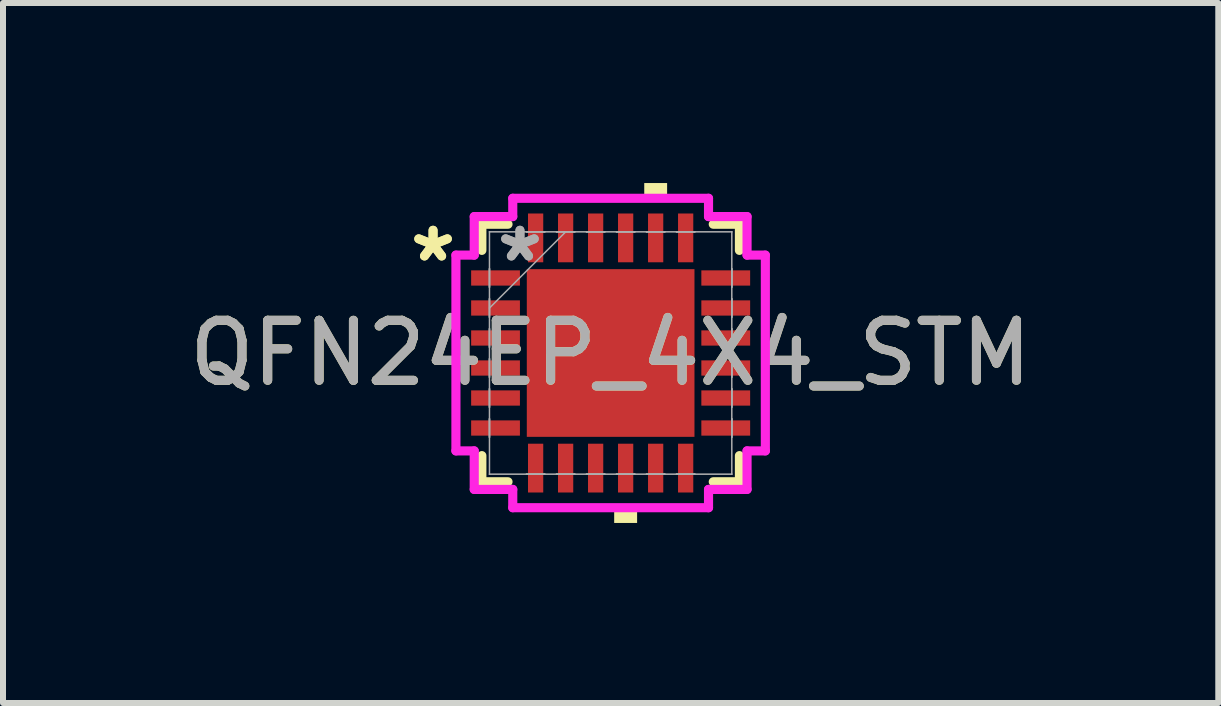
<source format=kicad_pcb>
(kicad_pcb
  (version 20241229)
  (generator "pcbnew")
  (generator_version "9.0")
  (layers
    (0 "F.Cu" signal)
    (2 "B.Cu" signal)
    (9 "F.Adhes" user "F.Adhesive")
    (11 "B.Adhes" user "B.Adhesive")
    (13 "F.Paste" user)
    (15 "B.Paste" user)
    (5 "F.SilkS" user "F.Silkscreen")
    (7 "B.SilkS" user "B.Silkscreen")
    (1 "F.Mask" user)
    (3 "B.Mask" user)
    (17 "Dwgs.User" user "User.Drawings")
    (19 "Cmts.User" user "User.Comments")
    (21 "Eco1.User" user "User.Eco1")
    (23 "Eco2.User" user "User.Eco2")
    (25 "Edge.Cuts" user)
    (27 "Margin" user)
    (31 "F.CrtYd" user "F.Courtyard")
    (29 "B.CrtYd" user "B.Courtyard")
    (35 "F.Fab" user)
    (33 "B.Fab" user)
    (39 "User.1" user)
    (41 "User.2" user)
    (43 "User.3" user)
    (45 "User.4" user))
  (footprint "QFN24EP_4X4_STM"
    (layer "F.Cu")
    (at 7.125 2.832)
    (property "Reference" "QFN24EP_4X4_STM" (at 0 0 0) (unlocked yes) (layer "F.SilkS") (effects (font (size 1 1) (thickness 0.15))))
    (attr smd)
    (fp_line (start -2.146 -2.146) (end -2.146 -1.71) (stroke (width 0.152) (type solid)) (layer "F.SilkS"))
    (fp_line (start -2.146 1.71) (end -2.146 2.146) (stroke (width 0.152) (type solid)) (layer "F.SilkS"))
    (fp_line (start -2.146 2.146) (end -1.71 2.146) (stroke (width 0.152) (type solid)) (layer "F.SilkS"))
    (fp_line (start -1.71 -2.146) (end -2.146 -2.146) (stroke (width 0.152) (type solid)) (layer "F.SilkS"))
    (fp_line (start 1.71 2.146) (end 2.146 2.146) (stroke (width 0.152) (type solid)) (layer "F.SilkS"))
    (fp_line (start 2.146 -2.146) (end 1.71 -2.146) (stroke (width 0.152) (type solid)) (layer "F.SilkS"))
    (fp_line (start 2.146 -1.71) (end 2.146 -2.146) (stroke (width 0.152) (type solid)) (layer "F.SilkS"))
    (fp_line (start 2.146 2.146) (end 2.146 1.71) (stroke (width 0.152) (type solid)) (layer "F.SilkS"))
    (fp_poly (pts (xy 0.059 2.578) (xy 0.059 2.832) (xy 0.441 2.832) (xy 0.441 2.578)) (stroke (width 0) (type solid)) (fill yes) (layer "F.SilkS"))
    (fp_poly (pts (xy 0.56 -2.578) (xy 0.56 -2.832) (xy 0.941 -2.832) (xy 0.941 -2.578)) (stroke (width 0) (type solid)) (fill yes) (layer "F.SilkS"))
    (fp_poly (pts (xy -1.297 -1.297) (xy -1.297 -0.1) (xy -0.1 -0.1) (xy -0.1 -1.297)) (stroke (width 0) (type solid)) (fill yes) (layer "F.Paste"))
    (fp_poly (pts (xy -1.297 0.1) (xy -1.297 1.297) (xy -0.1 1.297) (xy -0.1 0.1)) (stroke (width 0) (type solid)) (fill yes) (layer "F.Paste"))
    (fp_poly (pts (xy 0.1 -1.297) (xy 0.1 -0.1) (xy 1.297 -0.1) (xy 1.297 -1.297)) (stroke (width 0) (type solid)) (fill yes) (layer "F.Paste"))
    (fp_poly (pts (xy 0.1 0.1) (xy 0.1 1.297) (xy 1.297 1.297) (xy 1.297 0.1)) (stroke (width 0) (type solid)) (fill yes) (layer "F.Paste"))
    (fp_line (start -2.578 -1.631) (end -2.273 -1.631) (stroke (width 0.152) (type solid)) (layer "F.CrtYd"))
    (fp_line (start -2.578 1.631) (end -2.578 -1.631) (stroke (width 0.152) (type solid)) (layer "F.CrtYd"))
    (fp_line (start -2.273 -2.273) (end -1.631 -2.273) (stroke (width 0.152) (type solid)) (layer "F.CrtYd"))
    (fp_line (start -2.273 -1.631) (end -2.273 -2.273) (stroke (width 0.152) (type solid)) (layer "F.CrtYd"))
    (fp_line (start -2.273 1.631) (end -2.578 1.631) (stroke (width 0.152) (type solid)) (layer "F.CrtYd"))
    (fp_line (start -2.273 2.273) (end -2.273 1.631) (stroke (width 0.152) (type solid)) (layer "F.CrtYd"))
    (fp_line (start -1.631 -2.578) (end 1.631 -2.578) (stroke (width 0.152) (type solid)) (layer "F.CrtYd"))
    (fp_line (start -1.631 -2.273) (end -1.631 -2.578) (stroke (width 0.152) (type solid)) (layer "F.CrtYd"))
    (fp_line (start -1.631 2.273) (end -2.273 2.273) (stroke (width 0.152) (type solid)) (layer "F.CrtYd"))
    (fp_line (start -1.631 2.578) (end -1.631 2.273) (stroke (width 0.152) (type solid)) (layer "F.CrtYd"))
    (fp_line (start 1.631 -2.578) (end 1.631 -2.273) (stroke (width 0.152) (type solid)) (layer "F.CrtYd"))
    (fp_line (start 1.631 -2.273) (end 2.273 -2.273) (stroke (width 0.152) (type solid)) (layer "F.CrtYd"))
    (fp_line (start 1.631 2.273) (end 1.631 2.578) (stroke (width 0.152) (type solid)) (layer "F.CrtYd"))
    (fp_line (start 1.631 2.578) (end -1.631 2.578) (stroke (width 0.152) (type solid)) (layer "F.CrtYd"))
    (fp_line (start 2.273 -2.273) (end 2.273 -1.631) (stroke (width 0.152) (type solid)) (layer "F.CrtYd"))
    (fp_line (start 2.273 -1.631) (end 2.578 -1.631) (stroke (width 0.152) (type solid)) (layer "F.CrtYd"))
    (fp_line (start 2.273 1.631) (end 2.273 2.273) (stroke (width 0.152) (type solid)) (layer "F.CrtYd"))
    (fp_line (start 2.273 2.273) (end 1.631 2.273) (stroke (width 0.152) (type solid)) (layer "F.CrtYd"))
    (fp_line (start 2.578 -1.631) (end 2.578 1.631) (stroke (width 0.152) (type solid)) (layer "F.CrtYd"))
    (fp_line (start 2.578 1.631) (end 2.273 1.631) (stroke (width 0.152) (type solid)) (layer "F.CrtYd"))
    (fp_line (start -2.019 -2.019) (end -2.019 -2.019) (stroke (width 0.025) (type solid)) (layer "F.Fab"))
    (fp_line (start -2.019 -2.019) (end -2.019 2.019) (stroke (width 0.025) (type solid)) (layer "F.Fab"))
    (fp_line (start -2.019 -1.402) (end -2.019 -1.402) (stroke (width 0.025) (type solid)) (layer "F.Fab"))
    (fp_line (start -2.019 -1.402) (end -2.019 -1.098) (stroke (width 0.025) (type solid)) (layer "F.Fab"))
    (fp_line (start -2.019 -1.098) (end -2.019 -1.402) (stroke (width 0.025) (type solid)) (layer "F.Fab"))
    (fp_line (start -2.019 -1.098) (end -2.019 -1.098) (stroke (width 0.025) (type solid)) (layer "F.Fab"))
    (fp_line (start -2.019 -0.902) (end -2.019 -0.902) (stroke (width 0.025) (type solid)) (layer "F.Fab"))
    (fp_line (start -2.019 -0.902) (end -2.019 -0.598) (stroke (width 0.025) (type solid)) (layer "F.Fab"))
    (fp_line (start -2.019 -0.749) (end -0.749 -2.019) (stroke (width 0.025) (type solid)) (layer "F.Fab"))
    (fp_line (start -2.019 -0.598) (end -2.019 -0.902) (stroke (width 0.025) (type solid)) (layer "F.Fab"))
    (fp_line (start -2.019 -0.598) (end -2.019 -0.598) (stroke (width 0.025) (type solid)) (layer "F.Fab"))
    (fp_line (start -2.019 -0.402) (end -2.019 -0.402) (stroke (width 0.025) (type solid)) (layer "F.Fab"))
    (fp_line (start -2.019 -0.402) (end -2.019 -0.098) (stroke (width 0.025) (type solid)) (layer "F.Fab"))
    (fp_line (start -2.019 -0.098) (end -2.019 -0.402) (stroke (width 0.025) (type solid)) (layer "F.Fab"))
    (fp_line (start -2.019 -0.098) (end -2.019 -0.098) (stroke (width 0.025) (type solid)) (layer "F.Fab"))
    (fp_line (start -2.019 0.098) (end -2.019 0.098) (stroke (width 0.025) (type solid)) (layer "F.Fab"))
    (fp_line (start -2.019 0.098) (end -2.019 0.402) (stroke (width 0.025) (type solid)) (layer "F.Fab"))
    (fp_line (start -2.019 0.402) (end -2.019 0.098) (stroke (width 0.025) (type solid)) (layer "F.Fab"))
    (fp_line (start -2.019 0.402) (end -2.019 0.402) (stroke (width 0.025) (type solid)) (layer "F.Fab"))
    (fp_line (start -2.019 0.598) (end -2.019 0.598) (stroke (width 0.025) (type solid)) (layer "F.Fab"))
    (fp_line (start -2.019 0.598) (end -2.019 0.902) (stroke (width 0.025) (type solid)) (layer "F.Fab"))
    (fp_line (start -2.019 0.902) (end -2.019 0.598) (stroke (width 0.025) (type solid)) (layer "F.Fab"))
    (fp_line (start -2.019 0.902) (end -2.019 0.902) (stroke (width 0.025) (type solid)) (layer "F.Fab"))
    (fp_line (start -2.019 1.098) (end -2.019 1.098) (stroke (width 0.025) (type solid)) (layer "F.Fab"))
    (fp_line (start -2.019 1.098) (end -2.019 1.402) (stroke (width 0.025) (type solid)) (layer "F.Fab"))
    (fp_line (start -2.019 1.402) (end -2.019 1.098) (stroke (width 0.025) (type solid)) (layer "F.Fab"))
    (fp_line (start -2.019 1.402) (end -2.019 1.402) (stroke (width 0.025) (type solid)) (layer "F.Fab"))
    (fp_line (start -2.019 2.019) (end -2.019 2.019) (stroke (width 0.025) (type solid)) (layer "F.Fab"))
    (fp_line (start -2.019 2.019) (end 2.019 2.019) (stroke (width 0.025) (type solid)) (layer "F.Fab"))
    (fp_line (start -1.402 -2.019) (end -1.402 -2.019) (stroke (width 0.025) (type solid)) (layer "F.Fab"))
    (fp_line (start -1.402 -2.019) (end -1.098 -2.019) (stroke (width 0.025) (type solid)) (layer "F.Fab"))
    (fp_line (start -1.402 2.019) (end -1.402 2.019) (stroke (width 0.025) (type solid)) (layer "F.Fab"))
    (fp_line (start -1.402 2.019) (end -1.098 2.019) (stroke (width 0.025) (type solid)) (layer "F.Fab"))
    (fp_line (start -1.098 -2.019) (end -1.402 -2.019) (stroke (width 0.025) (type solid)) (layer "F.Fab"))
    (fp_line (start -1.098 -2.019) (end -1.098 -2.019) (stroke (width 0.025) (type solid)) (layer "F.Fab"))
    (fp_line (start -1.098 2.019) (end -1.402 2.019) (stroke (width 0.025) (type solid)) (layer "F.Fab"))
    (fp_line (start -1.098 2.019) (end -1.098 2.019) (stroke (width 0.025) (type solid)) (layer "F.Fab"))
    (fp_line (start -0.902 -2.019) (end -0.902 -2.019) (stroke (width 0.025) (type solid)) (layer "F.Fab"))
    (fp_line (start -0.902 -2.019) (end -0.598 -2.019) (stroke (width 0.025) (type solid)) (layer "F.Fab"))
    (fp_line (start -0.902 2.019) (end -0.902 2.019) (stroke (width 0.025) (type solid)) (layer "F.Fab"))
    (fp_line (start -0.902 2.019) (end -0.598 2.019) (stroke (width 0.025) (type solid)) (layer "F.Fab"))
    (fp_line (start -0.598 -2.019) (end -0.902 -2.019) (stroke (width 0.025) (type solid)) (layer "F.Fab"))
    (fp_line (start -0.598 -2.019) (end -0.598 -2.019) (stroke (width 0.025) (type solid)) (layer "F.Fab"))
    (fp_line (start -0.598 2.019) (end -0.902 2.019) (stroke (width 0.025) (type solid)) (layer "F.Fab"))
    (fp_line (start -0.598 2.019) (end -0.598 2.019) (stroke (width 0.025) (type solid)) (layer "F.Fab"))
    (fp_line (start -0.402 -2.019) (end -0.402 -2.019) (stroke (width 0.025) (type solid)) (layer "F.Fab"))
    (fp_line (start -0.402 -2.019) (end -0.098 -2.019) (stroke (width 0.025) (type solid)) (layer "F.Fab"))
    (fp_line (start -0.402 2.019) (end -0.402 2.019) (stroke (width 0.025) (type solid)) (layer "F.Fab"))
    (fp_line (start -0.402 2.019) (end -0.098 2.019) (stroke (width 0.025) (type solid)) (layer "F.Fab"))
    (fp_line (start -0.098 -2.019) (end -0.402 -2.019) (stroke (width 0.025) (type solid)) (layer "F.Fab"))
    (fp_line (start -0.098 -2.019) (end -0.098 -2.019) (stroke (width 0.025) (type solid)) (layer "F.Fab"))
    (fp_line (start -0.098 2.019) (end -0.402 2.019) (stroke (width 0.025) (type solid)) (layer "F.Fab"))
    (fp_line (start -0.098 2.019) (end -0.098 2.019) (stroke (width 0.025) (type solid)) (layer "F.Fab"))
    (fp_line (start 0.098 -2.019) (end 0.098 -2.019) (stroke (width 0.025) (type solid)) (layer "F.Fab"))
    (fp_line (start 0.098 -2.019) (end 0.402 -2.019) (stroke (width 0.025) (type solid)) (layer "F.Fab"))
    (fp_line (start 0.098 2.019) (end 0.098 2.019) (stroke (width 0.025) (type solid)) (layer "F.Fab"))
    (fp_line (start 0.098 2.019) (end 0.402 2.019) (stroke (width 0.025) (type solid)) (layer "F.Fab"))
    (fp_line (start 0.402 -2.019) (end 0.098 -2.019) (stroke (width 0.025) (type solid)) (layer "F.Fab"))
    (fp_line (start 0.402 -2.019) (end 0.402 -2.019) (stroke (width 0.025) (type solid)) (layer "F.Fab"))
    (fp_line (start 0.402 2.019) (end 0.098 2.019) (stroke (width 0.025) (type solid)) (layer "F.Fab"))
    (fp_line (start 0.402 2.019) (end 0.402 2.019) (stroke (width 0.025) (type solid)) (layer "F.Fab"))
    (fp_line (start 0.598 -2.019) (end 0.598 -2.019) (stroke (width 0.025) (type solid)) (layer "F.Fab"))
    (fp_line (start 0.598 -2.019) (end 0.902 -2.019) (stroke (width 0.025) (type solid)) (layer "F.Fab"))
    (fp_line (start 0.598 2.019) (end 0.598 2.019) (stroke (width 0.025) (type solid)) (layer "F.Fab"))
    (fp_line (start 0.598 2.019) (end 0.902 2.019) (stroke (width 0.025) (type solid)) (layer "F.Fab"))
    (fp_line (start 0.902 -2.019) (end 0.598 -2.019) (stroke (width 0.025) (type solid)) (layer "F.Fab"))
    (fp_line (start 0.902 -2.019) (end 0.902 -2.019) (stroke (width 0.025) (type solid)) (layer "F.Fab"))
    (fp_line (start 0.902 2.019) (end 0.598 2.019) (stroke (width 0.025) (type solid)) (layer "F.Fab"))
    (fp_line (start 0.902 2.019) (end 0.902 2.019) (stroke (width 0.025) (type solid)) (layer "F.Fab"))
    (fp_line (start 1.098 -2.019) (end 1.098 -2.019) (stroke (width 0.025) (type solid)) (layer "F.Fab"))
    (fp_line (start 1.098 -2.019) (end 1.402 -2.019) (stroke (width 0.025) (type solid)) (layer "F.Fab"))
    (fp_line (start 1.098 2.019) (end 1.098 2.019) (stroke (width 0.025) (type solid)) (layer "F.Fab"))
    (fp_line (start 1.098 2.019) (end 1.402 2.019) (stroke (width 0.025) (type solid)) (layer "F.Fab"))
    (fp_line (start 1.402 -2.019) (end 1.098 -2.019) (stroke (width 0.025) (type solid)) (layer "F.Fab"))
    (fp_line (start 1.402 -2.019) (end 1.402 -2.019) (stroke (width 0.025) (type solid)) (layer "F.Fab"))
    (fp_line (start 1.402 2.019) (end 1.098 2.019) (stroke (width 0.025) (type solid)) (layer "F.Fab"))
    (fp_line (start 1.402 2.019) (end 1.402 2.019) (stroke (width 0.025) (type solid)) (layer "F.Fab"))
    (fp_line (start 2.019 -2.019) (end -2.019 -2.019) (stroke (width 0.025) (type solid)) (layer "F.Fab"))
    (fp_line (start 2.019 -2.019) (end 2.019 -2.019) (stroke (width 0.025) (type solid)) (layer "F.Fab"))
    (fp_line (start 2.019 -1.402) (end 2.019 -1.402) (stroke (width 0.025) (type solid)) (layer "F.Fab"))
    (fp_line (start 2.019 -1.402) (end 2.019 -1.098) (stroke (width 0.025) (type solid)) (layer "F.Fab"))
    (fp_line (start 2.019 -1.098) (end 2.019 -1.402) (stroke (width 0.025) (type solid)) (layer "F.Fab"))
    (fp_line (start 2.019 -1.098) (end 2.019 -1.098) (stroke (width 0.025) (type solid)) (layer "F.Fab"))
    (fp_line (start 2.019 -0.902) (end 2.019 -0.902) (stroke (width 0.025) (type solid)) (layer "F.Fab"))
    (fp_line (start 2.019 -0.902) (end 2.019 -0.598) (stroke (width 0.025) (type solid)) (layer "F.Fab"))
    (fp_line (start 2.019 -0.598) (end 2.019 -0.902) (stroke (width 0.025) (type solid)) (layer "F.Fab"))
    (fp_line (start 2.019 -0.598) (end 2.019 -0.598) (stroke (width 0.025) (type solid)) (layer "F.Fab"))
    (fp_line (start 2.019 -0.402) (end 2.019 -0.402) (stroke (width 0.025) (type solid)) (layer "F.Fab"))
    (fp_line (start 2.019 -0.402) (end 2.019 -0.098) (stroke (width 0.025) (type solid)) (layer "F.Fab"))
    (fp_line (start 2.019 -0.098) (end 2.019 -0.402) (stroke (width 0.025) (type solid)) (layer "F.Fab"))
    (fp_line (start 2.019 -0.098) (end 2.019 -0.098) (stroke (width 0.025) (type solid)) (layer "F.Fab"))
    (fp_line (start 2.019 0.098) (end 2.019 0.098) (stroke (width 0.025) (type solid)) (layer "F.Fab"))
    (fp_line (start 2.019 0.098) (end 2.019 0.402) (stroke (width 0.025) (type solid)) (layer "F.Fab"))
    (fp_line (start 2.019 0.402) (end 2.019 0.098) (stroke (width 0.025) (type solid)) (layer "F.Fab"))
    (fp_line (start 2.019 0.402) (end 2.019 0.402) (stroke (width 0.025) (type solid)) (layer "F.Fab"))
    (fp_line (start 2.019 0.598) (end 2.019 0.598) (stroke (width 0.025) (type solid)) (layer "F.Fab"))
    (fp_line (start 2.019 0.598) (end 2.019 0.902) (stroke (width 0.025) (type solid)) (layer "F.Fab"))
    (fp_line (start 2.019 0.902) (end 2.019 0.598) (stroke (width 0.025) (type solid)) (layer "F.Fab"))
    (fp_line (start 2.019 0.902) (end 2.019 0.902) (stroke (width 0.025) (type solid)) (layer "F.Fab"))
    (fp_line (start 2.019 1.098) (end 2.019 1.098) (stroke (width 0.025) (type solid)) (layer "F.Fab"))
    (fp_line (start 2.019 1.098) (end 2.019 1.402) (stroke (width 0.025) (type solid)) (layer "F.Fab"))
    (fp_line (start 2.019 1.402) (end 2.019 1.098) (stroke (width 0.025) (type solid)) (layer "F.Fab"))
    (fp_line (start 2.019 1.402) (end 2.019 1.402) (stroke (width 0.025) (type solid)) (layer "F.Fab"))
    (fp_line (start 2.019 2.019) (end 2.019 -2.019) (stroke (width 0.025) (type solid)) (layer "F.Fab"))
    (fp_line (start 2.019 2.019) (end 2.019 2.019) (stroke (width 0.025) (type solid)) (layer "F.Fab"))
    (fp_text user "*" (at -2.959 -1.5 0) (unlocked yes) (layer "F.SilkS") (effects (font (size 1 1) (thickness 0.15))))
    (fp_text user "*" (at -2.959 -1.5 0) (layer "F.SilkS") (effects (font (size 1 1) (thickness 0.15))))
    (fp_text user "*" (at -1.511 -1.5 0) (unlocked yes) (layer "F.Fab") (effects (font (size 1 1) (thickness 0.15))))
    (fp_text user "*" (at -1.511 -1.5 0) (layer "F.Fab") (effects (font (size 1 1) (thickness 0.15))))
    (fp_text user "${REFERENCE}" (at 0 0 0) (unlocked yes) (layer "F.Fab") (effects (font (size 1 1) (thickness 0.15))))
    (pad "1" smd rect (at -1.918 -1.25 90) (size 0.254 0.813) (layers "F.Cu" "F.Mask" "F.Paste"))
    (pad "2" smd rect (at -1.918 -0.75 90) (size 0.254 0.813) (layers "F.Cu" "F.Mask" "F.Paste"))
    (pad "3" smd rect (at -1.918 -0.25 90) (size 0.254 0.813) (layers "F.Cu" "F.Mask" "F.Paste"))
    (pad "4" smd rect (at -1.918 0.25 90) (size 0.254 0.813) (layers "F.Cu" "F.Mask" "F.Paste"))
    (pad "5" smd rect (at -1.918 0.75 90) (size 0.254 0.813) (layers "F.Cu" "F.Mask" "F.Paste"))
    (pad "6" smd rect (at -1.918 1.25 90) (size 0.254 0.813) (layers "F.Cu" "F.Mask" "F.Paste"))
    (pad "7" smd rect (at -1.25 1.918) (size 0.254 0.813) (layers "F.Cu" "F.Mask" "F.Paste"))
    (pad "8" smd rect (at -0.75 1.918) (size 0.254 0.813) (layers "F.Cu" "F.Mask" "F.Paste"))
    (pad "9" smd rect (at -0.25 1.918) (size 0.254 0.813) (layers "F.Cu" "F.Mask" "F.Paste"))
    (pad "10" smd rect (at 0.25 1.918) (size 0.254 0.813) (layers "F.Cu" "F.Mask" "F.Paste"))
    (pad "11" smd rect (at 0.75 1.918) (size 0.254 0.813) (layers "F.Cu" "F.Mask" "F.Paste"))
    (pad "12" smd rect (at 1.25 1.918) (size 0.254 0.813) (layers "F.Cu" "F.Mask" "F.Paste"))
    (pad "13" smd rect (at 1.918 1.25 90) (size 0.254 0.813) (layers "F.Cu" "F.Mask" "F.Paste"))
    (pad "14" smd rect (at 1.918 0.75 90) (size 0.254 0.813) (layers "F.Cu" "F.Mask" "F.Paste"))
    (pad "15" smd rect (at 1.918 0.25 90) (size 0.254 0.813) (layers "F.Cu" "F.Mask" "F.Paste"))
    (pad "16" smd rect (at 1.918 -0.25 90) (size 0.254 0.813) (layers "F.Cu" "F.Mask" "F.Paste"))
    (pad "17" smd rect (at 1.918 -0.75 90) (size 0.254 0.813) (layers "F.Cu" "F.Mask" "F.Paste"))
    (pad "18" smd rect (at 1.918 -1.25 90) (size 0.254 0.813) (layers "F.Cu" "F.Mask" "F.Paste"))
    (pad "19" smd rect (at 1.25 -1.918) (size 0.254 0.813) (layers "F.Cu" "F.Mask" "F.Paste"))
    (pad "20" smd rect (at 0.75 -1.918) (size 0.254 0.813) (layers "F.Cu" "F.Mask" "F.Paste"))
    (pad "21" smd rect (at 0.25 -1.918) (size 0.254 0.813) (layers "F.Cu" "F.Mask" "F.Paste"))
    (pad "22" smd rect (at -0.25 -1.918) (size 0.254 0.813) (layers "F.Cu" "F.Mask" "F.Paste"))
    (pad "23" smd rect (at -0.75 -1.918) (size 0.254 0.813) (layers "F.Cu" "F.Mask" "F.Paste"))
    (pad "24" smd rect (at -1.25 -1.918) (size 0.254 0.813) (layers "F.Cu" "F.Mask" "F.Paste"))
    (pad "25" smd rect (at 0 0) (size 2.794 2.794) (layers "F.Cu" "F.Mask")))
  (gr_rect
    (start -3 -3)
    (end 17.25 8.664)
    (stroke (width 0.1) (type default))
    (fill no)
    (layer "Edge.Cuts")))
</source>
